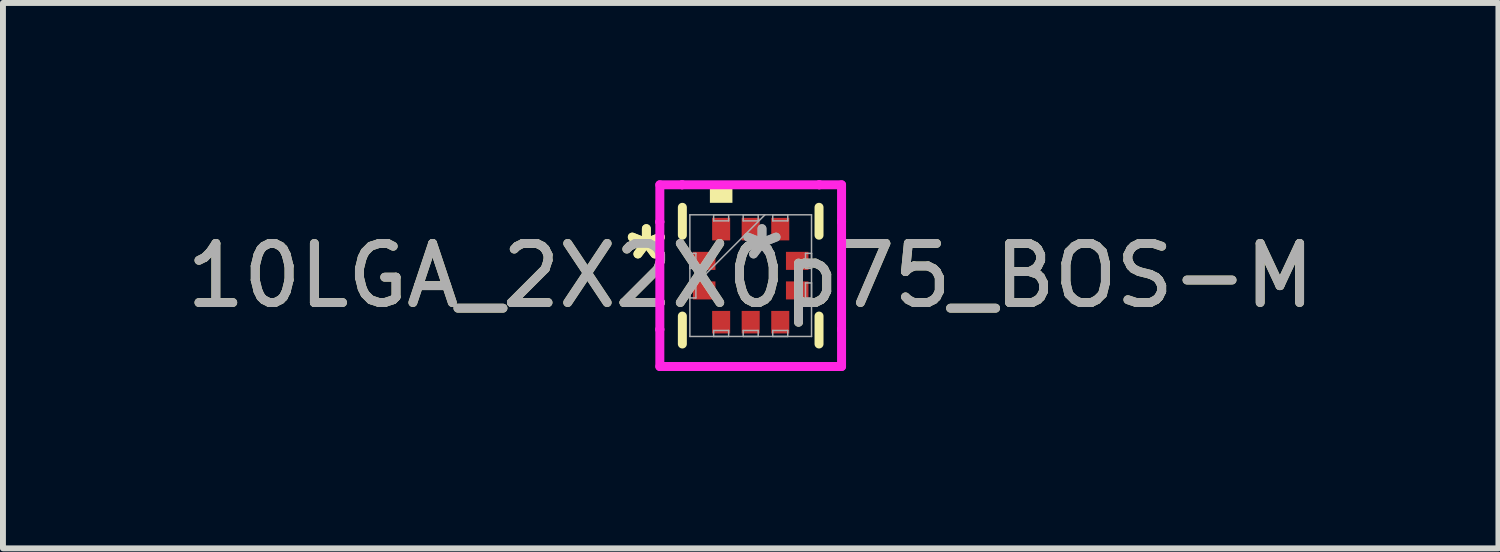
<source format=kicad_pcb>
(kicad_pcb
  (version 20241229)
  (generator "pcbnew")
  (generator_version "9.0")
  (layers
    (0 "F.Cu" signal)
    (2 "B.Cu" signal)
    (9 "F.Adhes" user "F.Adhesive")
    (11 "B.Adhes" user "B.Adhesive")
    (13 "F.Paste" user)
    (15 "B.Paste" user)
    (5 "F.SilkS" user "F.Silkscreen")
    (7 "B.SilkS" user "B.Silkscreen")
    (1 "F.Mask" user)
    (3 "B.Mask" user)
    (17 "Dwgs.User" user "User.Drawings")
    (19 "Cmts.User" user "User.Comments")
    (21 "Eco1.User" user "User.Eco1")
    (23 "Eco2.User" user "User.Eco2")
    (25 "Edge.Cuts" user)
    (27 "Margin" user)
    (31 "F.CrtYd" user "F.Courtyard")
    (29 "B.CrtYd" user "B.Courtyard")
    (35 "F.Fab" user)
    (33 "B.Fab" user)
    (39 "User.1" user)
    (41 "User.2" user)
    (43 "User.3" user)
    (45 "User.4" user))
  (footprint "10LGA_2X2X0p75_BOS-M"
    (layer "F.Cu")
    (at 9.649 1.613)
    (property "Reference" "10LGA_2X2X0p75_BOS-M" (at 0 0 0) (unlocked yes) (layer "F.SilkS") (effects (font (size 1 1) (thickness 0.15))))
    (attr smd)
    (fp_line (start -1.156 -1.156) (end -1.156 -0.684) (stroke (width 0.152) (type solid)) (layer "F.SilkS"))
    (fp_line (start -1.156 0.684) (end -1.156 1.156) (stroke (width 0.152) (type solid)) (layer "F.SilkS"))
    (fp_line (start 1.156 -0.684) (end 1.156 -1.156) (stroke (width 0.152) (type solid)) (layer "F.SilkS"))
    (fp_line (start 1.156 1.156) (end 1.156 0.684) (stroke (width 0.152) (type solid)) (layer "F.SilkS"))
    (fp_poly (pts (xy -0.69 -1.232) (xy -0.69 -1.486) (xy -0.309 -1.486) (xy -0.309 -1.232)) (stroke (width 0) (type solid)) (fill yes) (layer "F.SilkS"))
    (fp_line (start -1.537 -1.537) (end -1.16 -1.537) (stroke (width 0.152) (type solid)) (layer "F.CrtYd"))
    (fp_line (start -1.537 -0.91) (end -1.537 -1.537) (stroke (width 0.152) (type solid)) (layer "F.CrtYd"))
    (fp_line (start -1.537 -0.91) (end -1.537 -0.91) (stroke (width 0.152) (type solid)) (layer "F.CrtYd"))
    (fp_line (start -1.537 0.91) (end -1.537 -0.91) (stroke (width 0.152) (type solid)) (layer "F.CrtYd"))
    (fp_line (start -1.537 0.91) (end -1.537 0.91) (stroke (width 0.152) (type solid)) (layer "F.CrtYd"))
    (fp_line (start -1.537 1.537) (end -1.537 0.91) (stroke (width 0.152) (type solid)) (layer "F.CrtYd"))
    (fp_line (start -1.16 -1.537) (end -1.16 -1.537) (stroke (width 0.152) (type solid)) (layer "F.CrtYd"))
    (fp_line (start -1.16 -1.537) (end 1.16 -1.537) (stroke (width 0.152) (type solid)) (layer "F.CrtYd"))
    (fp_line (start -1.16 1.537) (end -1.537 1.537) (stroke (width 0.152) (type solid)) (layer "F.CrtYd"))
    (fp_line (start -1.16 1.537) (end -1.16 1.537) (stroke (width 0.152) (type solid)) (layer "F.CrtYd"))
    (fp_line (start 1.16 -1.537) (end 1.16 -1.537) (stroke (width 0.152) (type solid)) (layer "F.CrtYd"))
    (fp_line (start 1.16 -1.537) (end 1.537 -1.537) (stroke (width 0.152) (type solid)) (layer "F.CrtYd"))
    (fp_line (start 1.16 1.537) (end -1.16 1.537) (stroke (width 0.152) (type solid)) (layer "F.CrtYd"))
    (fp_line (start 1.16 1.537) (end 1.16 1.537) (stroke (width 0.152) (type solid)) (layer "F.CrtYd"))
    (fp_line (start 1.537 -1.537) (end 1.537 -0.91) (stroke (width 0.152) (type solid)) (layer "F.CrtYd"))
    (fp_line (start 1.537 -0.91) (end 1.537 -0.91) (stroke (width 0.152) (type solid)) (layer "F.CrtYd"))
    (fp_line (start 1.537 -0.91) (end 1.537 0.91) (stroke (width 0.152) (type solid)) (layer "F.CrtYd"))
    (fp_line (start 1.537 0.91) (end 1.537 0.91) (stroke (width 0.152) (type solid)) (layer "F.CrtYd"))
    (fp_line (start 1.537 0.91) (end 1.537 1.537) (stroke (width 0.152) (type solid)) (layer "F.CrtYd"))
    (fp_line (start 1.537 1.537) (end 1.16 1.537) (stroke (width 0.152) (type solid)) (layer "F.CrtYd"))
    (fp_line (start -1.029 -1.029) (end -1.029 1.029) (stroke (width 0.025) (type solid)) (layer "F.Fab"))
    (fp_line (start -1.029 -0.377) (end -0.927 -0.377) (stroke (width 0.025) (type solid)) (layer "F.Fab"))
    (fp_line (start -1.029 -0.123) (end -1.029 -0.377) (stroke (width 0.025) (type solid)) (layer "F.Fab"))
    (fp_line (start -1.029 0.123) (end -0.927 0.123) (stroke (width 0.025) (type solid)) (layer "F.Fab"))
    (fp_line (start -1.029 0.241) (end 0.241 -1.029) (stroke (width 0.025) (type solid)) (layer "F.Fab"))
    (fp_line (start -1.029 0.377) (end -1.029 0.123) (stroke (width 0.025) (type solid)) (layer "F.Fab"))
    (fp_line (start -1.029 1.029) (end 1.029 1.029) (stroke (width 0.025) (type solid)) (layer "F.Fab"))
    (fp_line (start -0.927 -0.377) (end -0.927 -0.123) (stroke (width 0.025) (type solid)) (layer "F.Fab"))
    (fp_line (start -0.927 -0.123) (end -1.029 -0.123) (stroke (width 0.025) (type solid)) (layer "F.Fab"))
    (fp_line (start -0.927 0.123) (end -0.927 0.377) (stroke (width 0.025) (type solid)) (layer "F.Fab"))
    (fp_line (start -0.927 0.377) (end -1.029 0.377) (stroke (width 0.025) (type solid)) (layer "F.Fab"))
    (fp_line (start -0.627 -1.029) (end -0.373 -1.029) (stroke (width 0.025) (type solid)) (layer "F.Fab"))
    (fp_line (start -0.627 -0.927) (end -0.627 -1.029) (stroke (width 0.025) (type solid)) (layer "F.Fab"))
    (fp_line (start -0.627 0.927) (end -0.373 0.927) (stroke (width 0.025) (type solid)) (layer "F.Fab"))
    (fp_line (start -0.627 1.029) (end -0.627 0.927) (stroke (width 0.025) (type solid)) (layer "F.Fab"))
    (fp_line (start -0.373 -1.029) (end -0.373 -0.927) (stroke (width 0.025) (type solid)) (layer "F.Fab"))
    (fp_line (start -0.373 -0.927) (end -0.627 -0.927) (stroke (width 0.025) (type solid)) (layer "F.Fab"))
    (fp_line (start -0.373 0.927) (end -0.373 1.029) (stroke (width 0.025) (type solid)) (layer "F.Fab"))
    (fp_line (start -0.373 1.029) (end -0.627 1.029) (stroke (width 0.025) (type solid)) (layer "F.Fab"))
    (fp_line (start -0.127 -1.029) (end 0.127 -1.029) (stroke (width 0.025) (type solid)) (layer "F.Fab"))
    (fp_line (start -0.127 -0.927) (end -0.127 -1.029) (stroke (width 0.025) (type solid)) (layer "F.Fab"))
    (fp_line (start -0.127 0.927) (end 0.127 0.927) (stroke (width 0.025) (type solid)) (layer "F.Fab"))
    (fp_line (start -0.127 1.029) (end -0.127 0.927) (stroke (width 0.025) (type solid)) (layer "F.Fab"))
    (fp_line (start 0.127 -1.029) (end 0.127 -0.927) (stroke (width 0.025) (type solid)) (layer "F.Fab"))
    (fp_line (start 0.127 -0.927) (end -0.127 -0.927) (stroke (width 0.025) (type solid)) (layer "F.Fab"))
    (fp_line (start 0.127 0.927) (end 0.127 1.029) (stroke (width 0.025) (type solid)) (layer "F.Fab"))
    (fp_line (start 0.127 1.029) (end -0.127 1.029) (stroke (width 0.025) (type solid)) (layer "F.Fab"))
    (fp_line (start 0.373 -1.029) (end 0.627 -1.029) (stroke (width 0.025) (type solid)) (layer "F.Fab"))
    (fp_line (start 0.373 -0.927) (end 0.373 -1.029) (stroke (width 0.025) (type solid)) (layer "F.Fab"))
    (fp_line (start 0.373 0.927) (end 0.627 0.927) (stroke (width 0.025) (type solid)) (layer "F.Fab"))
    (fp_line (start 0.373 1.029) (end 0.373 0.927) (stroke (width 0.025) (type solid)) (layer "F.Fab"))
    (fp_line (start 0.627 -1.029) (end 0.627 -0.927) (stroke (width 0.025) (type solid)) (layer "F.Fab"))
    (fp_line (start 0.627 -0.927) (end 0.373 -0.927) (stroke (width 0.025) (type solid)) (layer "F.Fab"))
    (fp_line (start 0.627 0.927) (end 0.627 1.029) (stroke (width 0.025) (type solid)) (layer "F.Fab"))
    (fp_line (start 0.627 1.029) (end 0.373 1.029) (stroke (width 0.025) (type solid)) (layer "F.Fab"))
    (fp_line (start 0.927 -0.377) (end 1.029 -0.377) (stroke (width 0.025) (type solid)) (layer "F.Fab"))
    (fp_line (start 0.927 -0.123) (end 0.927 -0.377) (stroke (width 0.025) (type solid)) (layer "F.Fab"))
    (fp_line (start 0.927 0.123) (end 1.029 0.123) (stroke (width 0.025) (type solid)) (layer "F.Fab"))
    (fp_line (start 0.927 0.377) (end 0.927 0.123) (stroke (width 0.025) (type solid)) (layer "F.Fab"))
    (fp_line (start 1.029 -1.029) (end -1.029 -1.029) (stroke (width 0.025) (type solid)) (layer "F.Fab"))
    (fp_line (start 1.029 -0.377) (end 1.029 -0.123) (stroke (width 0.025) (type solid)) (layer "F.Fab"))
    (fp_line (start 1.029 -0.123) (end 0.927 -0.123) (stroke (width 0.025) (type solid)) (layer "F.Fab"))
    (fp_line (start 1.029 0.123) (end 1.029 0.377) (stroke (width 0.025) (type solid)) (layer "F.Fab"))
    (fp_line (start 1.029 0.377) (end 0.927 0.377) (stroke (width 0.025) (type solid)) (layer "F.Fab"))
    (fp_line (start 1.029 1.029) (end 1.029 -1.029) (stroke (width 0.025) (type solid)) (layer "F.Fab"))
    (fp_text user "*" (at -1.765 -0.25 0) (unlocked yes) (layer "F.SilkS") (effects (font (size 1 1) (thickness 0.15))))
    (fp_text user "*" (at -1.765 -0.25 0) (layer "F.SilkS") (effects (font (size 1 1) (thickness 0.15))))
    (fp_text user "*" (at 0.191 -0.25 0) (unlocked yes) (layer "F.Fab") (effects (font (size 1 1) (thickness 0.15))))
    (fp_text user "*" (at 0.191 -0.25 0) (layer "F.Fab") (effects (font (size 1 1) (thickness 0.15))))
    (fp_text user "${REFERENCE}" (at 0 0 0) (unlocked yes) (layer "F.Fab") (effects (font (size 1 1) (thickness 0.15))))
    (pad "1" smd rect (at -0.787 -0.25 90) (size 0.305 0.381) (layers "F.Cu" "F.Mask" "F.Paste"))
    (pad "2" smd rect (at -0.787 0.25 90) (size 0.305 0.381) (layers "F.Cu" "F.Mask" "F.Paste"))
    (pad "3" smd rect (at -0.5 0.787) (size 0.305 0.381) (layers "F.Cu" "F.Mask" "F.Paste"))
    (pad "4" smd rect (at 0 0.787) (size 0.305 0.381) (layers "F.Cu" "F.Mask" "F.Paste"))
    (pad "5" smd rect (at 0.5 0.787) (size 0.305 0.381) (layers "F.Cu" "F.Mask" "F.Paste"))
    (pad "6" smd rect (at 0.787 0.25 90) (size 0.305 0.381) (layers "F.Cu" "F.Mask" "F.Paste"))
    (pad "7" smd rect (at 0.787 -0.25 90) (size 0.305 0.381) (layers "F.Cu" "F.Mask" "F.Paste"))
    (pad "8" smd rect (at 0.5 -0.787) (size 0.305 0.381) (layers "F.Cu" "F.Mask" "F.Paste"))
    (pad "9" smd rect (at 0 -0.787) (size 0.305 0.381) (layers "F.Cu" "F.Mask" "F.Paste"))
    (pad "10" smd rect (at -0.5 -0.787) (size 0.305 0.381) (layers "F.Cu" "F.Mask" "F.Paste")))
  (gr_rect
    (start -3 -3)
    (end 22.298 6.226)
    (stroke (width 0.1) (type default))
    (fill no)
    (layer "Edge.Cuts")))
</source>
